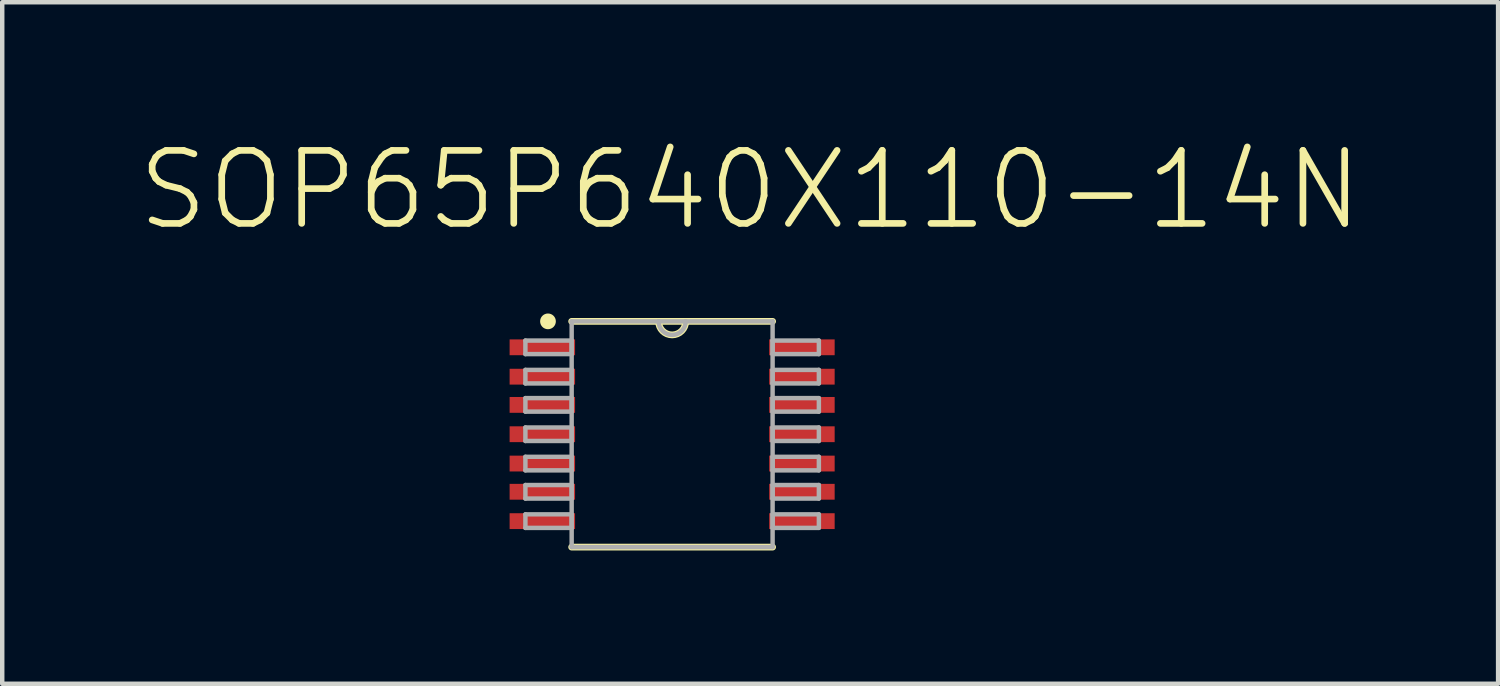
<source format=kicad_pcb>
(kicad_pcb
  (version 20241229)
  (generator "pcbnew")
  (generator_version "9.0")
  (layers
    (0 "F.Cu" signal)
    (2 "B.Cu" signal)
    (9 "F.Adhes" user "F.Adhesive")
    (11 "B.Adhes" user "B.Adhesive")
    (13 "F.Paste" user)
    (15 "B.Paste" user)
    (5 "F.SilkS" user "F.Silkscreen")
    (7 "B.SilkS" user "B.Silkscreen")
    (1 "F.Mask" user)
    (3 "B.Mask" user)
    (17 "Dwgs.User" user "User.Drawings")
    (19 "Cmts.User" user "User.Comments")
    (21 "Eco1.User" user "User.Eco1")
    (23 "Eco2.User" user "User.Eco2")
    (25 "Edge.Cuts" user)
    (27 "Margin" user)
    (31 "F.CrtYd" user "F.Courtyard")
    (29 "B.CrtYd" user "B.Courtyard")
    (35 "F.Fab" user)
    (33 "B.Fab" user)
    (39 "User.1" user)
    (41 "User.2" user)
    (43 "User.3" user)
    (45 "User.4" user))
  (footprint "SOP65P640X110-14N"
    (layer "F.Cu")
    (at 12.076 6.722)
    (property "Reference" "SOP65P640X110-14N" (at 1.756 -5.497 0) (layer "F.SilkS") (effects (font (size 1.643 1.643) (thickness 0.15))))
    (attr through_hole)
    (fp_line (start -2.261 2.54) (end 2.261 2.54) (stroke (width 0.152) (type solid)) (layer "F.SilkS"))
    (fp_line (start -0.305 -2.54) (end -2.261 -2.54) (stroke (width 0.152) (type solid)) (layer "F.SilkS"))
    (fp_line (start 0.305 -2.54) (end -0.305 -2.54) (stroke (width 0.152) (type solid)) (layer "F.SilkS"))
    (fp_line (start 2.261 -2.54) (end 0.305 -2.54) (stroke (width 0.152) (type solid)) (layer "F.SilkS"))
    (fp_arc (start 0.3048 -2.54) (mid 0 -2.2352) (end -0.3048 -2.54) (stroke (width 0.1524) (type solid)) (layer "F.SilkS"))
    (fp_circle (center -2.794 -2.54) (end -2.667 -2.54) (stroke (width 0.1) (type solid)) (fill yes) (layer "F.SilkS"))
    (fp_line (start -3.302 -2.108) (end -3.302 -1.803) (stroke (width 0.1) (type solid)) (layer "F.Fab"))
    (fp_line (start -3.302 -1.803) (end -2.261 -1.803) (stroke (width 0.1) (type solid)) (layer "F.Fab"))
    (fp_line (start -3.302 -1.448) (end -3.302 -1.143) (stroke (width 0.1) (type solid)) (layer "F.Fab"))
    (fp_line (start -3.302 -1.143) (end -2.261 -1.143) (stroke (width 0.1) (type solid)) (layer "F.Fab"))
    (fp_line (start -3.302 -0.813) (end -3.302 -0.508) (stroke (width 0.1) (type solid)) (layer "F.Fab"))
    (fp_line (start -3.302 -0.508) (end -2.261 -0.508) (stroke (width 0.1) (type solid)) (layer "F.Fab"))
    (fp_line (start -3.302 -0.152) (end -3.302 0.152) (stroke (width 0.1) (type solid)) (layer "F.Fab"))
    (fp_line (start -3.302 0.152) (end -2.261 0.152) (stroke (width 0.1) (type solid)) (layer "F.Fab"))
    (fp_line (start -3.302 0.508) (end -3.302 0.813) (stroke (width 0.1) (type solid)) (layer "F.Fab"))
    (fp_line (start -3.302 0.813) (end -2.261 0.813) (stroke (width 0.1) (type solid)) (layer "F.Fab"))
    (fp_line (start -3.302 1.143) (end -3.302 1.448) (stroke (width 0.1) (type solid)) (layer "F.Fab"))
    (fp_line (start -3.302 1.448) (end -2.261 1.448) (stroke (width 0.1) (type solid)) (layer "F.Fab"))
    (fp_line (start -3.302 1.803) (end -3.302 2.108) (stroke (width 0.1) (type solid)) (layer "F.Fab"))
    (fp_line (start -3.302 2.108) (end -2.261 2.108) (stroke (width 0.1) (type solid)) (layer "F.Fab"))
    (fp_line (start -2.261 -2.54) (end -2.261 2.54) (stroke (width 0.1) (type solid)) (layer "F.Fab"))
    (fp_line (start -2.261 -2.108) (end -3.302 -2.108) (stroke (width 0.1) (type solid)) (layer "F.Fab"))
    (fp_line (start -2.261 -1.803) (end -2.261 -2.108) (stroke (width 0.1) (type solid)) (layer "F.Fab"))
    (fp_line (start -2.261 -1.448) (end -3.302 -1.448) (stroke (width 0.1) (type solid)) (layer "F.Fab"))
    (fp_line (start -2.261 -1.143) (end -2.261 -1.448) (stroke (width 0.1) (type solid)) (layer "F.Fab"))
    (fp_line (start -2.261 -0.813) (end -3.302 -0.813) (stroke (width 0.1) (type solid)) (layer "F.Fab"))
    (fp_line (start -2.261 -0.508) (end -2.261 -0.813) (stroke (width 0.1) (type solid)) (layer "F.Fab"))
    (fp_line (start -2.261 -0.152) (end -3.302 -0.152) (stroke (width 0.1) (type solid)) (layer "F.Fab"))
    (fp_line (start -2.261 0.152) (end -2.261 -0.152) (stroke (width 0.1) (type solid)) (layer "F.Fab"))
    (fp_line (start -2.261 0.508) (end -3.302 0.508) (stroke (width 0.1) (type solid)) (layer "F.Fab"))
    (fp_line (start -2.261 0.813) (end -2.261 0.508) (stroke (width 0.1) (type solid)) (layer "F.Fab"))
    (fp_line (start -2.261 1.143) (end -3.302 1.143) (stroke (width 0.1) (type solid)) (layer "F.Fab"))
    (fp_line (start -2.261 1.448) (end -2.261 1.143) (stroke (width 0.1) (type solid)) (layer "F.Fab"))
    (fp_line (start -2.261 1.803) (end -3.302 1.803) (stroke (width 0.1) (type solid)) (layer "F.Fab"))
    (fp_line (start -2.261 2.108) (end -2.261 1.803) (stroke (width 0.1) (type solid)) (layer "F.Fab"))
    (fp_line (start -2.261 2.54) (end 2.261 2.54) (stroke (width 0.1) (type solid)) (layer "F.Fab"))
    (fp_line (start -0.305 -2.54) (end -2.261 -2.54) (stroke (width 0.1) (type solid)) (layer "F.Fab"))
    (fp_line (start 0.305 -2.54) (end -0.305 -2.54) (stroke (width 0.1) (type solid)) (layer "F.Fab"))
    (fp_line (start 2.261 -2.54) (end 0.305 -2.54) (stroke (width 0.1) (type solid)) (layer "F.Fab"))
    (fp_line (start 2.261 -2.108) (end 2.261 -1.803) (stroke (width 0.1) (type solid)) (layer "F.Fab"))
    (fp_line (start 2.261 -1.803) (end 3.302 -1.803) (stroke (width 0.1) (type solid)) (layer "F.Fab"))
    (fp_line (start 2.261 -1.448) (end 2.261 -1.143) (stroke (width 0.1) (type solid)) (layer "F.Fab"))
    (fp_line (start 2.261 -1.143) (end 3.302 -1.143) (stroke (width 0.1) (type solid)) (layer "F.Fab"))
    (fp_line (start 2.261 -0.813) (end 2.261 -0.508) (stroke (width 0.1) (type solid)) (layer "F.Fab"))
    (fp_line (start 2.261 -0.508) (end 3.302 -0.508) (stroke (width 0.1) (type solid)) (layer "F.Fab"))
    (fp_line (start 2.261 -0.152) (end 2.261 0.152) (stroke (width 0.1) (type solid)) (layer "F.Fab"))
    (fp_line (start 2.261 0.152) (end 3.302 0.152) (stroke (width 0.1) (type solid)) (layer "F.Fab"))
    (fp_line (start 2.261 0.508) (end 2.261 0.813) (stroke (width 0.1) (type solid)) (layer "F.Fab"))
    (fp_line (start 2.261 0.813) (end 3.302 0.813) (stroke (width 0.1) (type solid)) (layer "F.Fab"))
    (fp_line (start 2.261 1.143) (end 2.261 1.448) (stroke (width 0.1) (type solid)) (layer "F.Fab"))
    (fp_line (start 2.261 1.448) (end 3.302 1.448) (stroke (width 0.1) (type solid)) (layer "F.Fab"))
    (fp_line (start 2.261 1.803) (end 2.261 2.108) (stroke (width 0.1) (type solid)) (layer "F.Fab"))
    (fp_line (start 2.261 2.108) (end 3.302 2.108) (stroke (width 0.1) (type solid)) (layer "F.Fab"))
    (fp_line (start 2.261 2.54) (end 2.261 -2.54) (stroke (width 0.1) (type solid)) (layer "F.Fab"))
    (fp_line (start 3.302 -2.108) (end 2.261 -2.108) (stroke (width 0.1) (type solid)) (layer "F.Fab"))
    (fp_line (start 3.302 -1.803) (end 3.302 -2.108) (stroke (width 0.1) (type solid)) (layer "F.Fab"))
    (fp_line (start 3.302 -1.448) (end 2.261 -1.448) (stroke (width 0.1) (type solid)) (layer "F.Fab"))
    (fp_line (start 3.302 -1.143) (end 3.302 -1.448) (stroke (width 0.1) (type solid)) (layer "F.Fab"))
    (fp_line (start 3.302 -0.813) (end 2.261 -0.813) (stroke (width 0.1) (type solid)) (layer "F.Fab"))
    (fp_line (start 3.302 -0.508) (end 3.302 -0.813) (stroke (width 0.1) (type solid)) (layer "F.Fab"))
    (fp_line (start 3.302 -0.152) (end 2.261 -0.152) (stroke (width 0.1) (type solid)) (layer "F.Fab"))
    (fp_line (start 3.302 0.152) (end 3.302 -0.152) (stroke (width 0.1) (type solid)) (layer "F.Fab"))
    (fp_line (start 3.302 0.508) (end 2.261 0.508) (stroke (width 0.1) (type solid)) (layer "F.Fab"))
    (fp_line (start 3.302 0.813) (end 3.302 0.508) (stroke (width 0.1) (type solid)) (layer "F.Fab"))
    (fp_line (start 3.302 1.143) (end 2.261 1.143) (stroke (width 0.1) (type solid)) (layer "F.Fab"))
    (fp_line (start 3.302 1.448) (end 3.302 1.143) (stroke (width 0.1) (type solid)) (layer "F.Fab"))
    (fp_line (start 3.302 1.803) (end 2.261 1.803) (stroke (width 0.1) (type solid)) (layer "F.Fab"))
    (fp_line (start 3.302 2.108) (end 3.302 1.803) (stroke (width 0.1) (type solid)) (layer "F.Fab"))
    (fp_arc (start 0.3048 -2.54) (mid 0 -2.2352) (end -0.3048 -2.54) (stroke (width 0.1) (type solid)) (layer "F.Fab"))
    (pad "1" smd rect (at -2.921 -1.956) (size 1.473 0.356) (layers "F.Cu" "F.Mask" "F.Paste"))
    (pad "2" smd rect (at -2.921 -1.295) (size 1.473 0.356) (layers "F.Cu" "F.Mask" "F.Paste"))
    (pad "3" smd rect (at -2.921 -0.66) (size 1.473 0.356) (layers "F.Cu" "F.Mask" "F.Paste"))
    (pad "4" smd rect (at -2.921 0) (size 1.473 0.356) (layers "F.Cu" "F.Mask" "F.Paste"))
    (pad "5" smd rect (at -2.921 0.66) (size 1.473 0.356) (layers "F.Cu" "F.Mask" "F.Paste"))
    (pad "6" smd rect (at -2.921 1.295) (size 1.473 0.356) (layers "F.Cu" "F.Mask" "F.Paste"))
    (pad "7" smd rect (at -2.921 1.956) (size 1.473 0.356) (layers "F.Cu" "F.Mask" "F.Paste"))
    (pad "8" smd rect (at 2.921 1.956) (size 1.473 0.356) (layers "F.Cu" "F.Mask" "F.Paste"))
    (pad "9" smd rect (at 2.921 1.295) (size 1.473 0.356) (layers "F.Cu" "F.Mask" "F.Paste"))
    (pad "10" smd rect (at 2.921 0.66) (size 1.473 0.356) (layers "F.Cu" "F.Mask" "F.Paste"))
    (pad "11" smd rect (at 2.921 0) (size 1.473 0.356) (layers "F.Cu" "F.Mask" "F.Paste"))
    (pad "12" smd rect (at 2.921 -0.66) (size 1.473 0.356) (layers "F.Cu" "F.Mask" "F.Paste"))
    (pad "13" smd rect (at 2.921 -1.295) (size 1.473 0.356) (layers "F.Cu" "F.Mask" "F.Paste"))
    (pad "14" smd rect (at 2.921 -1.956) (size 1.473 0.356) (layers "F.Cu" "F.Mask" "F.Paste")))
  (gr_rect
    (start -3 -3)
    (end 30.664 12.338)
    (stroke (width 0.1) (type default))
    (fill no)
    (layer "Edge.Cuts")))
</source>
